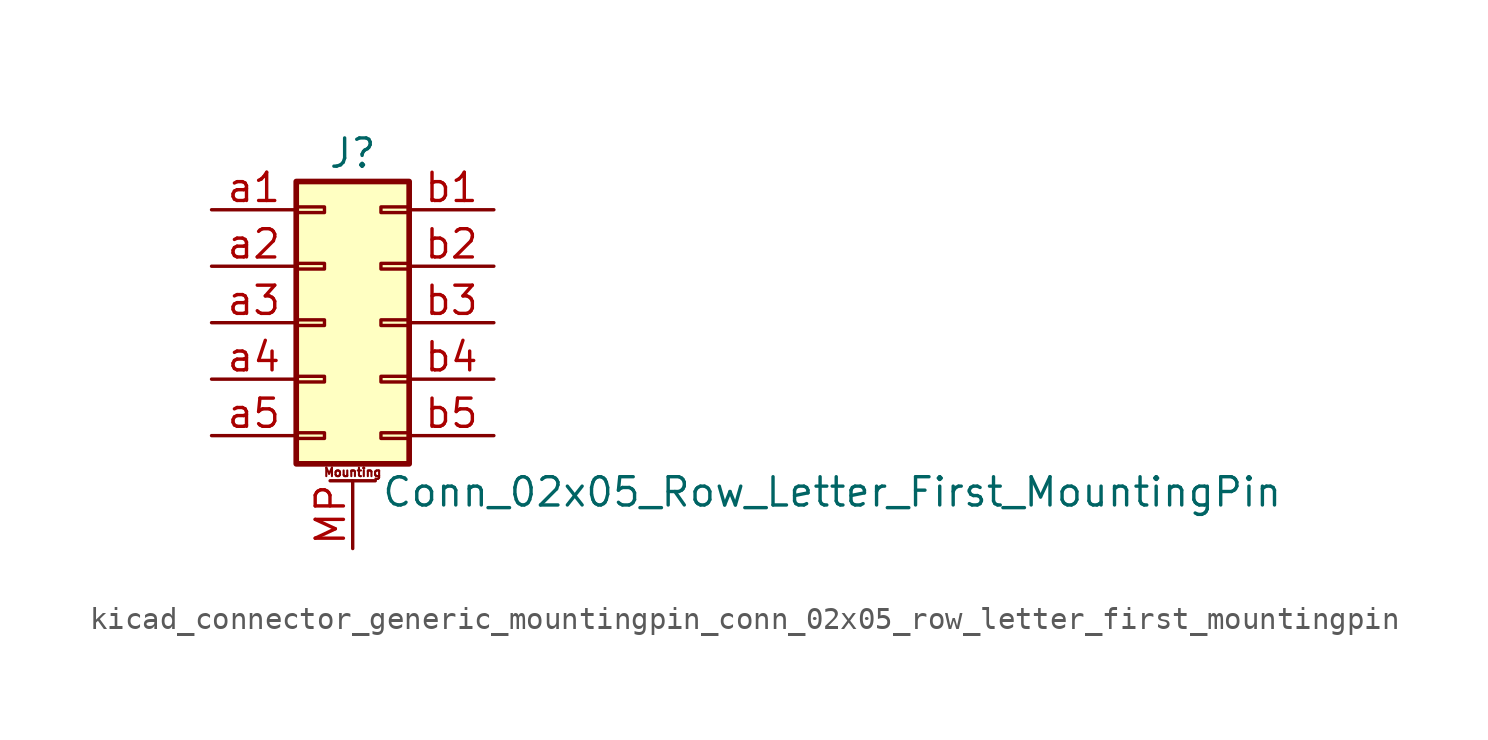
<source format=kicad_sym>
(kicad_symbol_lib
  (version 20220914)
  (generator kicad_symbol_editor)
  (symbol "kicad_connector_generic_mountingpin_conn_02x05_row_letter_first_mountingpin"
    (pin_names
      (offset 1.016) hide)
    (property "Reference" "J"
      (at 1.27 7.62 0)
      (effects (font (size 1.27 1.27))))
    (property "Value" "Conn_02x05_Row_Letter_First_MountingPin"
      (at 2.54 -7.62 0)
      (effects (font (size 1.27 1.27)) (justify left)))
    (symbol "kicad_connector_generic_mountingpin_conn_02x05_row_letter_first_mountingpin_1_1"
      (rectangle (start -1.27 -4.953) (end 0 -5.207) (stroke (width 0.152) (type default)) (fill (type none)))
      (rectangle (start -1.27 -2.413) (end 0 -2.667) (stroke (width 0.152) (type default)) (fill (type none)))
      (rectangle (start -1.27 0.127) (end 0 -0.127) (stroke (width 0.152) (type default)) (fill (type none)))
      (rectangle (start -1.27 2.667) (end 0 2.413) (stroke (width 0.152) (type default)) (fill (type none)))
      (rectangle (start -1.27 5.207) (end 0 4.953) (stroke (width 0.152) (type default)) (fill (type none)))
      (rectangle (start -1.27 6.35) (end 3.81 -6.35) (stroke (width 0.254) (type default)) (fill (type background)))
      (polyline (pts (xy 0.254 -7.112) (xy 2.286 -7.112)) (stroke (width 0.152) (type default)) (fill (type none)))
      (rectangle (start 3.81 -4.953) (end 2.54 -5.207) (stroke (width 0.152) (type default)) (fill (type none)))
      (rectangle (start 3.81 -2.413) (end 2.54 -2.667) (stroke (width 0.152) (type default)) (fill (type none)))
      (rectangle (start 3.81 0.127) (end 2.54 -0.127) (stroke (width 0.152) (type default)) (fill (type none)))
      (rectangle (start 3.81 2.667) (end 2.54 2.413) (stroke (width 0.152) (type default)) (fill (type none)))
      (rectangle (start 3.81 5.207) (end 2.54 4.953) (stroke (width 0.152) (type default)) (fill (type none)))
      (text "Mounting" (at 1.27 -6.731 0) (effects (font (size 0.381 0.381))))
      (pin passive line (at 1.27 -10.16 90) (length 3.048) (name "MountPin" (effects (font (size 1.27 1.27)))) (number "MP" (effects (font (size 1.27 1.27)))))
      (pin passive line (at -5.08 5.08 0) (length 3.81) (name "Pin_a1" (effects (font (size 1.27 1.27)))) (number "a1" (effects (font (size 1.27 1.27)))))
      (pin passive line (at -5.08 2.54 0) (length 3.81) (name "Pin_a2" (effects (font (size 1.27 1.27)))) (number "a2" (effects (font (size 1.27 1.27)))))
      (pin passive line (at -5.08 0 0) (length 3.81) (name "Pin_a3" (effects (font (size 1.27 1.27)))) (number "a3" (effects (font (size 1.27 1.27)))))
      (pin passive line (at -5.08 -2.54 0) (length 3.81) (name "Pin_a4" (effects (font (size 1.27 1.27)))) (number "a4" (effects (font (size 1.27 1.27)))))
      (pin passive line (at -5.08 -5.08 0) (length 3.81) (name "Pin_a5" (effects (font (size 1.27 1.27)))) (number "a5" (effects (font (size 1.27 1.27)))))
      (pin passive line (at 7.62 5.08 180) (length 3.81) (name "Pin_b1" (effects (font (size 1.27 1.27)))) (number "b1" (effects (font (size 1.27 1.27)))))
      (pin passive line (at 7.62 2.54 180) (length 3.81) (name "Pin_b2" (effects (font (size 1.27 1.27)))) (number "b2" (effects (font (size 1.27 1.27)))))
      (pin passive line (at 7.62 0 180) (length 3.81) (name "Pin_b3" (effects (font (size 1.27 1.27)))) (number "b3" (effects (font (size 1.27 1.27)))))
      (pin passive line (at 7.62 -2.54 180) (length 3.81) (name "Pin_b4" (effects (font (size 1.27 1.27)))) (number "b4" (effects (font (size 1.27 1.27)))))
      (pin passive line (at 7.62 -5.08 180) (length 3.81) (name "Pin_b5" (effects (font (size 1.27 1.27)))) (number "b5" (effects (font (size 1.27 1.27))))))))
</source>
